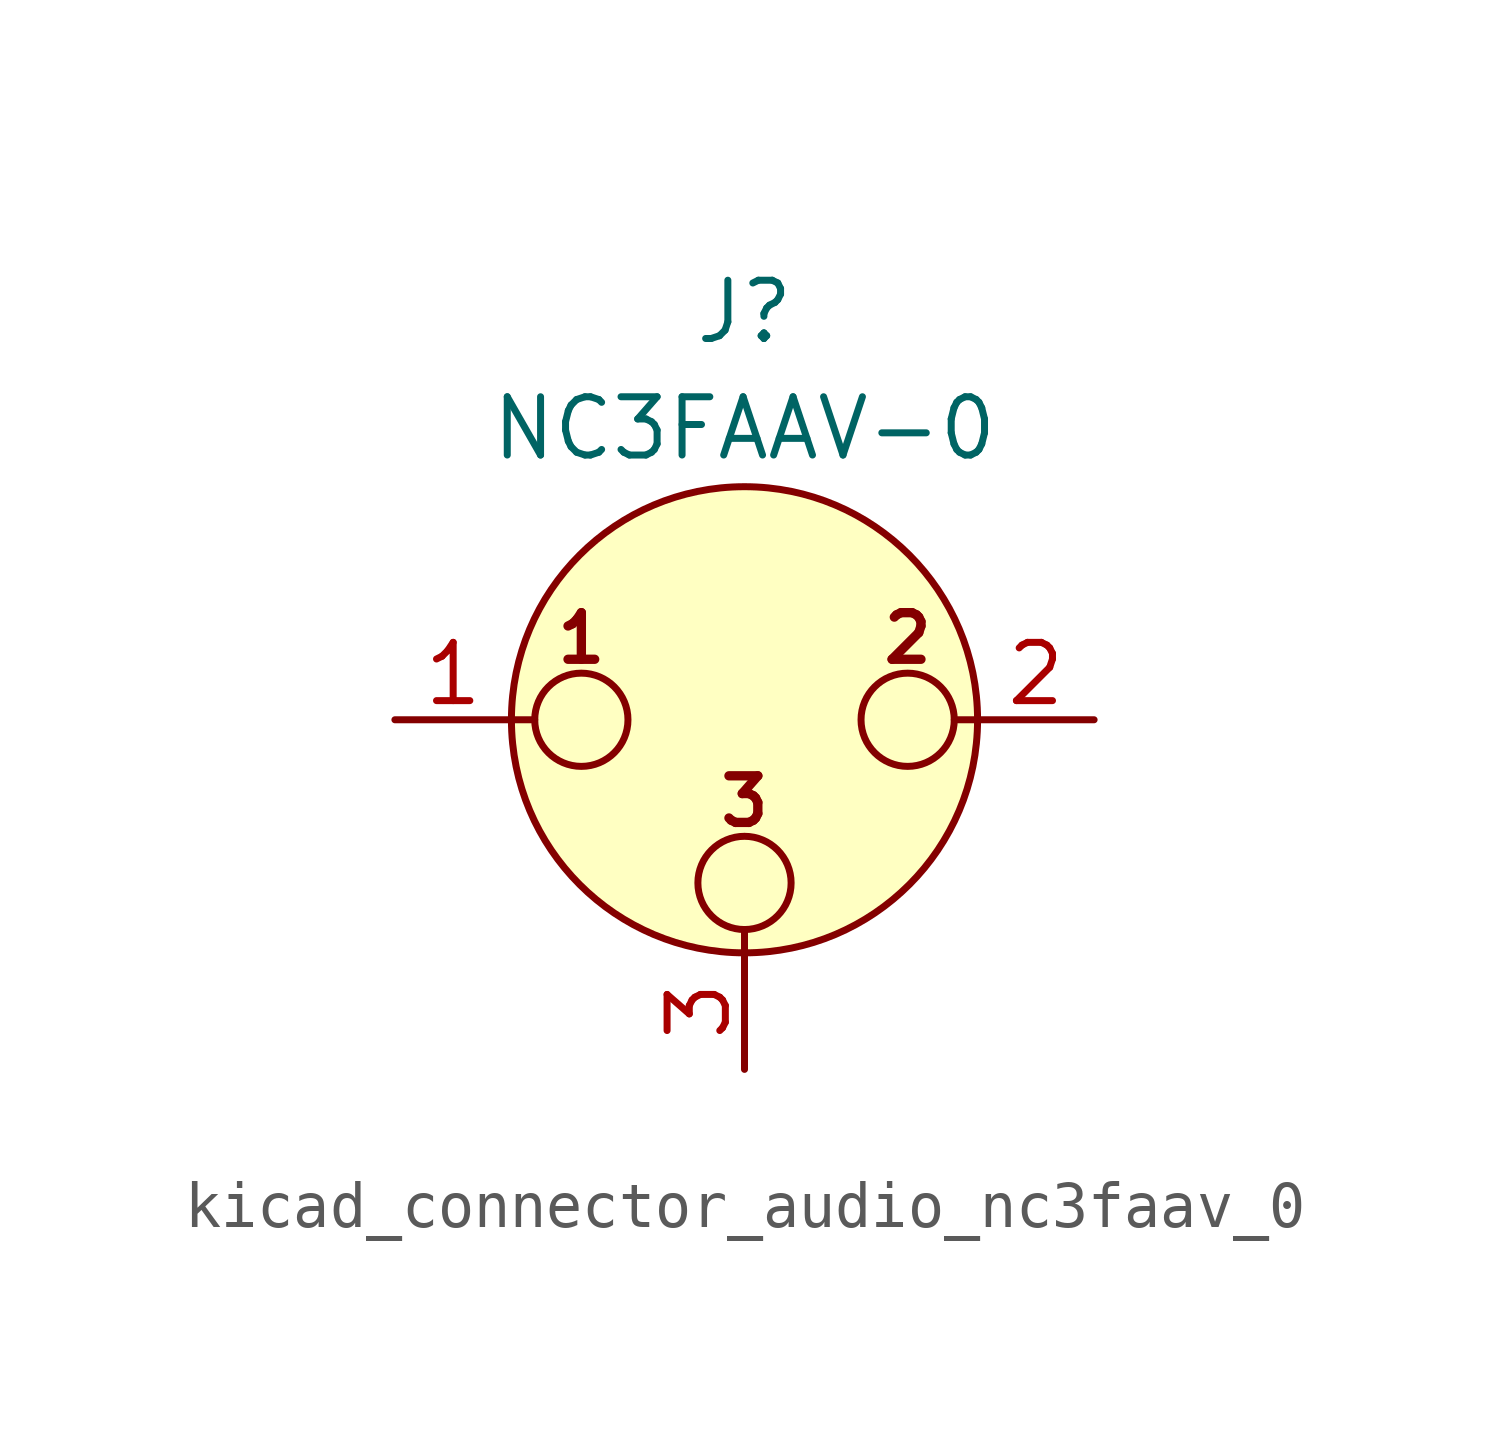
<source format=kicad_sym>
(kicad_symbol_lib
  (version 20220914)
  (generator kicad_symbol_editor)
  (symbol "kicad_connector_audio_nc3faav_0"
    (pin_names hide)
    (property "Reference" "J"
      (at 0 8.89 0)
      (effects (font (size 1.27 1.27))))
    (property "Value" "NC3FAAV-0"
      (at 0 6.35 0)
      (effects (font (size 1.27 1.27))))
    (symbol "kicad_connector_audio_nc3faav_0_0_1"
      (circle (center -3.556 0) (radius 1.016) (stroke (width 0) (type default)) (fill (type none)))
      (circle (center 0 -3.556) (radius 1.016) (stroke (width 0) (type default)) (fill (type none)))
      (polyline (pts (xy -5.08 0) (xy -4.572 0)) (stroke (width 0) (type default)) (fill (type none)))
      (polyline (pts (xy 0 -5.08) (xy 0 -4.572)) (stroke (width 0) (type default)) (fill (type none)))
      (polyline (pts (xy 5.08 0) (xy 4.572 0)) (stroke (width 0) (type default)) (fill (type none)))
      (circle (center 0 0) (radius 5.08) (stroke (width 0) (type default)) (fill (type background)))
      (circle (center 3.556 0) (radius 1.016) (stroke (width 0) (type default)) (fill (type none)))
      (text "1" (at -3.556 1.778 0) (effects (font (size 1.016 1.016) bold)))
      (text "2" (at 3.556 1.778 0) (effects (font (size 1.016 1.016) bold)))
      (text "3" (at 0 -1.778 0) (effects (font (size 1.016 1.016) bold)))
      (pin passive line (at -7.62 0 0) (length 2.54) (name "~" (effects (font (size 1.27 1.27)))) (number "1" (effects (font (size 1.27 1.27)))))
      (pin passive line (at 7.62 0 180) (length 2.54) (name "~" (effects (font (size 1.27 1.27)))) (number "2" (effects (font (size 1.27 1.27)))))
      (pin passive line (at 0 -7.62 90) (length 2.54) (name "~" (effects (font (size 1.27 1.27)))) (number "3" (effects (font (size 1.27 1.27))))))))
</source>
